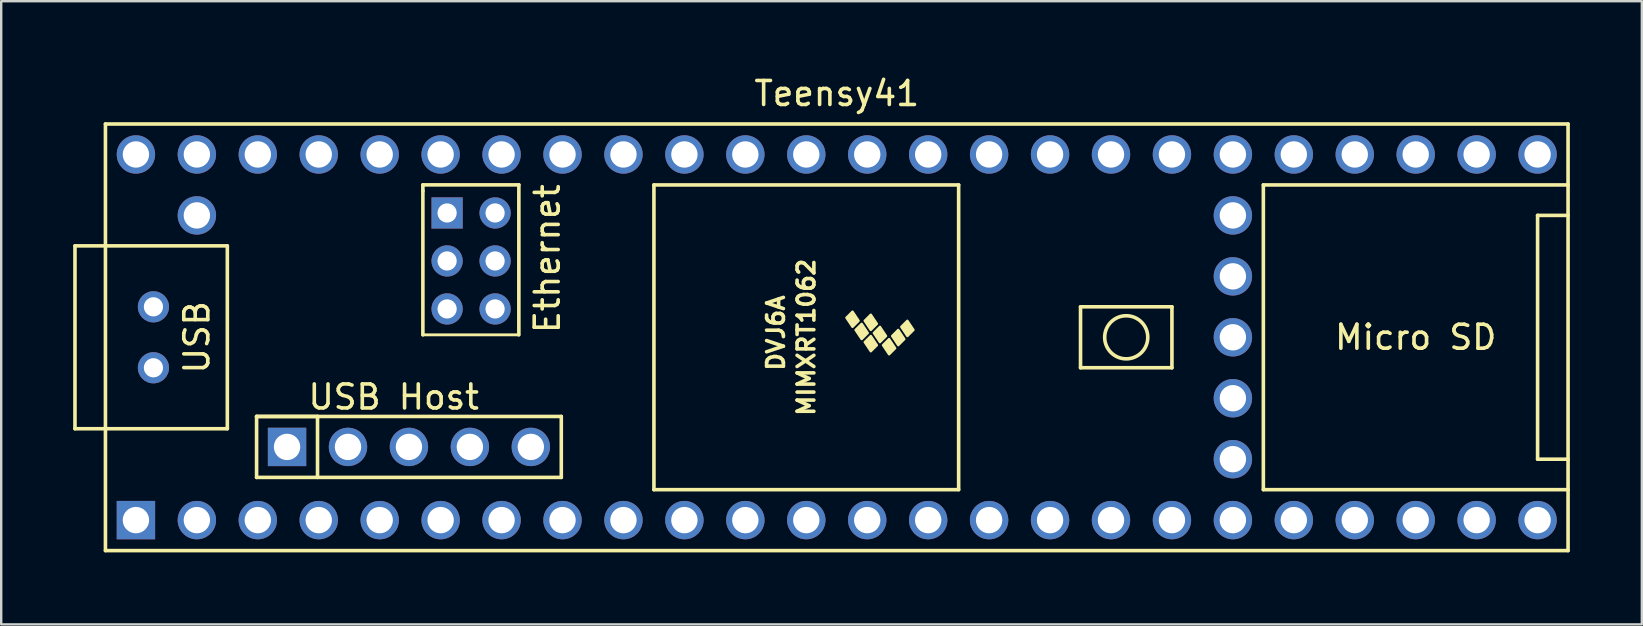
<source format=kicad_pcb>
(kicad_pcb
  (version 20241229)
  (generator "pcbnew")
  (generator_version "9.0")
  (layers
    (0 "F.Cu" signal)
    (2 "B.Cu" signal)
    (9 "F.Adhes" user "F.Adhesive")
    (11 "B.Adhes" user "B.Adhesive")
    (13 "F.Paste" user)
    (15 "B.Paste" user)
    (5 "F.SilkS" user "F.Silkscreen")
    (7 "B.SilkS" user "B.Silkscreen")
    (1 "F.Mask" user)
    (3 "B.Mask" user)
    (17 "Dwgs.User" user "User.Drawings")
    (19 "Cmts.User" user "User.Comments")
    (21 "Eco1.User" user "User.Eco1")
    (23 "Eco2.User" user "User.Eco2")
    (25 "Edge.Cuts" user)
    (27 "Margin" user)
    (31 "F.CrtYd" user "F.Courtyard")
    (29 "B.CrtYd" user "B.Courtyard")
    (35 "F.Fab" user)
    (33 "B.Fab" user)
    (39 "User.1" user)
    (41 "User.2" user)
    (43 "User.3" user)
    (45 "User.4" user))
  (footprint "Teensy41"
    (layer "F.Cu")
    (at 31.825 11.008)
    (property "Reference" "Teensy41" (at 0 -10.16 0) (layer "F.SilkS") (effects (font (size 1 1) (thickness 0.15))))
    (attr through_hole)
    (fp_line (start -31.75 -3.81) (end -30.48 -3.81) (stroke (width 0.15) (type solid)) (layer "F.SilkS"))
    (fp_line (start -31.75 3.81) (end -31.75 -3.81) (stroke (width 0.15) (type solid)) (layer "F.SilkS"))
    (fp_line (start -30.48 -8.89) (end 30.48 -8.89) (stroke (width 0.15) (type solid)) (layer "F.SilkS"))
    (fp_line (start -30.48 3.81) (end -31.75 3.81) (stroke (width 0.15) (type solid)) (layer "F.SilkS"))
    (fp_line (start -30.48 8.89) (end -30.48 -8.89) (stroke (width 0.15) (type solid)) (layer "F.SilkS"))
    (fp_line (start -25.4 -3.81) (end -30.48 -3.81) (stroke (width 0.15) (type solid)) (layer "F.SilkS"))
    (fp_line (start -25.4 3.81) (end -30.48 3.81) (stroke (width 0.15) (type solid)) (layer "F.SilkS"))
    (fp_line (start -25.4 3.81) (end -25.4 -3.81) (stroke (width 0.15) (type solid)) (layer "F.SilkS"))
    (fp_line (start -24.181 3.299) (end -21.641 3.299) (stroke (width 0.15) (type solid)) (layer "F.SilkS"))
    (fp_line (start -24.181 3.299) (end -11.481 3.299) (stroke (width 0.15) (type solid)) (layer "F.SilkS"))
    (fp_line (start -24.181 5.839) (end -24.181 3.299) (stroke (width 0.15) (type solid)) (layer "F.SilkS"))
    (fp_line (start -21.641 3.299) (end -21.641 5.839) (stroke (width 0.15) (type solid)) (layer "F.SilkS"))
    (fp_line (start -17.25 -6.352) (end -17.25 -6.102) (stroke (width 0.15) (type solid)) (layer "F.SilkS"))
    (fp_line (start -17.25 -6.102) (end -17.25 -0.102) (stroke (width 0.15) (type solid)) (layer "F.SilkS"))
    (fp_line (start -17.25 -0.102) (end -13.25 -0.102) (stroke (width 0.12) (type solid)) (layer "F.SilkS"))
    (fp_line (start -13.25 -6.352) (end -17.25 -6.352) (stroke (width 0.15) (type solid)) (layer "F.SilkS"))
    (fp_line (start -13.25 -0.102) (end -13.25 -6.352) (stroke (width 0.15) (type solid)) (layer "F.SilkS"))
    (fp_line (start -11.481 3.299) (end -11.481 5.839) (stroke (width 0.15) (type solid)) (layer "F.SilkS"))
    (fp_line (start -11.481 5.839) (end -24.181 5.839) (stroke (width 0.15) (type solid)) (layer "F.SilkS"))
    (fp_line (start -7.62 -6.35) (end -7.62 6.35) (stroke (width 0.15) (type solid)) (layer "F.SilkS"))
    (fp_line (start -7.62 6.35) (end 5.08 6.35) (stroke (width 0.15) (type solid)) (layer "F.SilkS"))
    (fp_line (start 5.08 -6.35) (end -7.62 -6.35) (stroke (width 0.15) (type solid)) (layer "F.SilkS"))
    (fp_line (start 5.08 6.35) (end 5.08 -6.35) (stroke (width 0.15) (type solid)) (layer "F.SilkS"))
    (fp_line (start 10.16 -1.27) (end 13.97 -1.27) (stroke (width 0.15) (type solid)) (layer "F.SilkS"))
    (fp_line (start 10.16 1.27) (end 10.16 -1.27) (stroke (width 0.15) (type solid)) (layer "F.SilkS"))
    (fp_line (start 13.97 -1.27) (end 13.97 1.27) (stroke (width 0.15) (type solid)) (layer "F.SilkS"))
    (fp_line (start 13.97 1.27) (end 10.16 1.27) (stroke (width 0.15) (type solid)) (layer "F.SilkS"))
    (fp_line (start 17.78 -6.35) (end 17.78 6.35) (stroke (width 0.15) (type solid)) (layer "F.SilkS"))
    (fp_line (start 17.78 6.35) (end 30.48 6.35) (stroke (width 0.15) (type solid)) (layer "F.SilkS"))
    (fp_line (start 29.21 -5.08) (end 29.21 5.08) (stroke (width 0.15) (type solid)) (layer "F.SilkS"))
    (fp_line (start 29.21 5.08) (end 30.48 5.08) (stroke (width 0.15) (type solid)) (layer "F.SilkS"))
    (fp_line (start 30.48 -8.89) (end 30.48 8.89) (stroke (width 0.15) (type solid)) (layer "F.SilkS"))
    (fp_line (start 30.48 -6.35) (end 17.78 -6.35) (stroke (width 0.15) (type solid)) (layer "F.SilkS"))
    (fp_line (start 30.48 -5.08) (end 29.21 -5.08) (stroke (width 0.15) (type solid)) (layer "F.SilkS"))
    (fp_line (start 30.48 8.89) (end -30.48 8.89) (stroke (width 0.15) (type solid)) (layer "F.SilkS"))
    (fp_circle (center 12.065 0) (end 12.7 -0.635) (stroke (width 0.15) (type solid)) (fill no) (layer "F.SilkS"))
    (fp_poly (pts (xy 0.911 -0.688) (xy 0.657 -0.434) (xy 0.403 -0.815) (xy 0.657 -1.069)) (stroke (width 0.1) (type solid)) (fill yes) (layer "F.SilkS"))
    (fp_poly (pts (xy 1.292 -0.18) (xy 1.038 0.074) (xy 0.784 -0.307) (xy 1.038 -0.561)) (stroke (width 0.1) (type solid)) (fill yes) (layer "F.SilkS"))
    (fp_poly (pts (xy 1.673 -0.561) (xy 1.419 -0.307) (xy 1.165 -0.688) (xy 1.419 -0.942)) (stroke (width 0.1) (type solid)) (fill yes) (layer "F.SilkS"))
    (fp_poly (pts (xy 1.673 0.328) (xy 1.419 0.582) (xy 1.165 0.201) (xy 1.419 -0.053)) (stroke (width 0.1) (type solid)) (fill yes) (layer "F.SilkS"))
    (fp_poly (pts (xy 2.054 -0.053) (xy 1.8 0.201) (xy 1.546 -0.18) (xy 1.8 -0.434)) (stroke (width 0.1) (type solid)) (fill yes) (layer "F.SilkS"))
    (fp_poly (pts (xy 2.435 0.455) (xy 2.181 0.709) (xy 1.927 0.328) (xy 2.181 0.074)) (stroke (width 0.1) (type solid)) (fill yes) (layer "F.SilkS"))
    (fp_poly (pts (xy 2.816 0.074) (xy 2.562 0.328) (xy 2.308 -0.053) (xy 2.562 -0.307)) (stroke (width 0.1) (type solid)) (fill yes) (layer "F.SilkS"))
    (fp_poly (pts (xy 3.197 -0.307) (xy 2.943 -0.053) (xy 2.689 -0.434) (xy 2.943 -0.688)) (stroke (width 0.1) (type solid)) (fill yes) (layer "F.SilkS"))
    (fp_text user "DVJ6A" (at -2.54 -0.18 270) (layer "F.SilkS") (effects (font (size 0.7 0.7) (thickness 0.15))))
    (fp_text user "USB Host" (at -18.466 2.489 0) (layer "F.SilkS") (effects (font (size 1 1) (thickness 0.15))))
    (fp_text user "Micro SD" (at 24.13 0 0) (layer "F.SilkS") (effects (font (size 1 1) (thickness 0.15))))
    (fp_text user "Ethernet" (at -12.065 -3.277 90) (layer "F.SilkS") (effects (font (size 1 1) (thickness 0.15))))
    (fp_text user "MIMXRT1062" (at -1.27 0 270) (layer "F.SilkS") (effects (font (size 0.7 0.7) (thickness 0.15))))
    (fp_text user "USB" (at -26.67 0 270) (layer "F.SilkS") (effects (font (size 1 1) (thickness 0.15))))
    (pad "1" thru_hole rect (at -29.21 7.62) (size 1.6 1.6) (drill 1.1) (layers "*.Cu" "*.Mask"))
    (pad "2" thru_hole circle (at -26.67 7.62) (size 1.6 1.6) (drill 1.1) (layers "*.Cu" "*.Mask"))
    (pad "3" thru_hole circle (at -24.13 7.62) (size 1.6 1.6) (drill 1.1) (layers "*.Cu" "*.Mask"))
    (pad "4" thru_hole circle (at -21.59 7.62) (size 1.6 1.6) (drill 1.1) (layers "*.Cu" "*.Mask"))
    (pad "5" thru_hole circle (at -19.05 7.62) (size 1.6 1.6) (drill 1.1) (layers "*.Cu" "*.Mask"))
    (pad "6" thru_hole circle (at -16.51 7.62) (size 1.6 1.6) (drill 1.1) (layers "*.Cu" "*.Mask"))
    (pad "7" thru_hole circle (at -13.97 7.62) (size 1.6 1.6) (drill 1.1) (layers "*.Cu" "*.Mask"))
    (pad "8" thru_hole circle (at -11.43 7.62) (size 1.6 1.6) (drill 1.1) (layers "*.Cu" "*.Mask"))
    (pad "9" thru_hole circle (at -8.89 7.62) (size 1.6 1.6) (drill 1.1) (layers "*.Cu" "*.Mask"))
    (pad "10" thru_hole circle (at -6.35 7.62) (size 1.6 1.6) (drill 1.1) (layers "*.Cu" "*.Mask"))
    (pad "11" thru_hole circle (at -3.81 7.62) (size 1.6 1.6) (drill 1.1) (layers "*.Cu" "*.Mask"))
    (pad "12" thru_hole circle (at -1.27 7.62) (size 1.6 1.6) (drill 1.1) (layers "*.Cu" "*.Mask"))
    (pad "13" thru_hole circle (at 1.27 7.62) (size 1.6 1.6) (drill 1.1) (layers "*.Cu" "*.Mask"))
    (pad "14" thru_hole circle (at 3.81 7.62) (size 1.6 1.6) (drill 1.1) (layers "*.Cu" "*.Mask"))
    (pad "15" thru_hole circle (at 6.35 7.62) (size 1.6 1.6) (drill 1.1) (layers "*.Cu" "*.Mask"))
    (pad "16" thru_hole circle (at 8.89 7.62) (size 1.6 1.6) (drill 1.1) (layers "*.Cu" "*.Mask"))
    (pad "17" thru_hole circle (at 11.43 7.62) (size 1.6 1.6) (drill 1.1) (layers "*.Cu" "*.Mask"))
    (pad "18" thru_hole circle (at 13.97 7.62) (size 1.6 1.6) (drill 1.1) (layers "*.Cu" "*.Mask"))
    (pad "19" thru_hole circle (at 16.51 7.62) (size 1.6 1.6) (drill 1.1) (layers "*.Cu" "*.Mask"))
    (pad "20" thru_hole circle (at 19.05 7.62) (size 1.6 1.6) (drill 1.1) (layers "*.Cu" "*.Mask"))
    (pad "21" thru_hole circle (at 21.59 7.62) (size 1.6 1.6) (drill 1.1) (layers "*.Cu" "*.Mask"))
    (pad "22" thru_hole circle (at 24.13 7.62) (size 1.6 1.6) (drill 1.1) (layers "*.Cu" "*.Mask"))
    (pad "23" thru_hole circle (at 26.67 7.62) (size 1.6 1.6) (drill 1.1) (layers "*.Cu" "*.Mask"))
    (pad "24" thru_hole circle (at 29.21 7.62) (size 1.6 1.6) (drill 1.1) (layers "*.Cu" "*.Mask"))
    (pad "25" thru_hole circle (at 29.21 -7.62) (size 1.6 1.6) (drill 1.1) (layers "*.Cu" "*.Mask"))
    (pad "26" thru_hole circle (at 26.67 -7.62) (size 1.6 1.6) (drill 1.1) (layers "*.Cu" "*.Mask"))
    (pad "27" thru_hole circle (at 24.13 -7.62) (size 1.6 1.6) (drill 1.1) (layers "*.Cu" "*.Mask"))
    (pad "28" thru_hole circle (at 21.59 -7.62) (size 1.6 1.6) (drill 1.1) (layers "*.Cu" "*.Mask"))
    (pad "29" thru_hole circle (at 19.05 -7.62) (size 1.6 1.6) (drill 1.1) (layers "*.Cu" "*.Mask"))
    (pad "30" thru_hole circle (at 16.51 -7.62) (size 1.6 1.6) (drill 1.1) (layers "*.Cu" "*.Mask"))
    (pad "31" thru_hole circle (at 13.97 -7.62) (size 1.6 1.6) (drill 1.1) (layers "*.Cu" "*.Mask"))
    (pad "32" thru_hole circle (at 11.43 -7.62) (size 1.6 1.6) (drill 1.1) (layers "*.Cu" "*.Mask"))
    (pad "33" thru_hole circle (at 8.89 -7.62) (size 1.6 1.6) (drill 1.1) (layers "*.Cu" "*.Mask"))
    (pad "34" thru_hole circle (at 6.35 -7.62) (size 1.6 1.6) (drill 1.1) (layers "*.Cu" "*.Mask"))
    (pad "35" thru_hole circle (at 3.81 -7.62) (size 1.6 1.6) (drill 1.1) (layers "*.Cu" "*.Mask"))
    (pad "36" thru_hole circle (at 1.27 -7.62) (size 1.6 1.6) (drill 1.1) (layers "*.Cu" "*.Mask"))
    (pad "37" thru_hole circle (at -1.27 -7.62) (size 1.6 1.6) (drill 1.1) (layers "*.Cu" "*.Mask"))
    (pad "38" thru_hole circle (at -3.81 -7.62) (size 1.6 1.6) (drill 1.1) (layers "*.Cu" "*.Mask"))
    (pad "39" thru_hole circle (at -6.35 -7.62) (size 1.6 1.6) (drill 1.1) (layers "*.Cu" "*.Mask"))
    (pad "40" thru_hole circle (at -8.89 -7.62) (size 1.6 1.6) (drill 1.1) (layers "*.Cu" "*.Mask"))
    (pad "41" thru_hole circle (at -11.43 -7.62) (size 1.6 1.6) (drill 1.1) (layers "*.Cu" "*.Mask"))
    (pad "42" thru_hole circle (at -13.97 -7.62) (size 1.6 1.6) (drill 1.1) (layers "*.Cu" "*.Mask"))
    (pad "43" thru_hole circle (at -16.51 -7.62) (size 1.6 1.6) (drill 1.1) (layers "*.Cu" "*.Mask"))
    (pad "44" thru_hole circle (at -19.05 -7.62) (size 1.6 1.6) (drill 1.1) (layers "*.Cu" "*.Mask"))
    (pad "45" thru_hole circle (at -21.59 -7.62) (size 1.6 1.6) (drill 1.1) (layers "*.Cu" "*.Mask"))
    (pad "46" thru_hole circle (at -24.13 -7.62) (size 1.6 1.6) (drill 1.1) (layers "*.Cu" "*.Mask"))
    (pad "47" thru_hole circle (at -26.67 -7.62) (size 1.6 1.6) (drill 1.1) (layers "*.Cu" "*.Mask"))
    (pad "48" thru_hole circle (at -29.21 -7.62) (size 1.6 1.6) (drill 1.1) (layers "*.Cu" "*.Mask"))
    (pad "49" thru_hole circle (at -26.67 -5.08) (size 1.6 1.6) (drill 1.1) (layers "*.Cu" "*.Mask"))
    (pad "50" thru_hole circle (at 16.51 5.08) (size 1.6 1.6) (drill 1.1) (layers "*.Cu" "*.Mask"))
    (pad "51" thru_hole circle (at 16.51 2.54) (size 1.6 1.6) (drill 1.1) (layers "*.Cu" "*.Mask"))
    (pad "52" thru_hole circle (at 16.51 0) (size 1.6 1.6) (drill 1.1) (layers "*.Cu" "*.Mask"))
    (pad "53" thru_hole circle (at 16.51 -2.54) (size 1.6 1.6) (drill 1.1) (layers "*.Cu" "*.Mask"))
    (pad "54" thru_hole circle (at 16.51 -5.08) (size 1.6 1.6) (drill 1.1) (layers "*.Cu" "*.Mask"))
    (pad "55" thru_hole rect (at -22.911 4.569) (size 1.6 1.6) (drill 1.1) (layers "*.Cu" "*.Mask"))
    (pad "56" thru_hole circle (at -20.371 4.569) (size 1.6 1.6) (drill 1.1) (layers "*.Cu" "*.Mask"))
    (pad "57" thru_hole circle (at -17.831 4.569) (size 1.6 1.6) (drill 1.1) (layers "*.Cu" "*.Mask"))
    (pad "58" thru_hole circle (at -15.291 4.569) (size 1.6 1.6) (drill 1.1) (layers "*.Cu" "*.Mask"))
    (pad "59" thru_hole circle (at -12.751 4.569) (size 1.6 1.6) (drill 1.1) (layers "*.Cu" "*.Mask"))
    (pad "60" thru_hole rect (at -16.24 -5.182) (size 1.3 1.3) (drill 0.8) (layers "*.Cu" "*.Mask"))
    (pad "61" thru_hole circle (at -16.24 -3.182) (size 1.3 1.3) (drill 0.8) (layers "*.Cu" "*.Mask"))
    (pad "62" thru_hole circle (at -16.24 -1.182) (size 1.3 1.3) (drill 0.8) (layers "*.Cu" "*.Mask"))
    (pad "63" thru_hole circle (at -14.24 -1.182) (size 1.3 1.3) (drill 0.8) (layers "*.Cu" "*.Mask"))
    (pad "64" thru_hole circle (at -14.24 -3.182) (size 1.3 1.3) (drill 0.8) (layers "*.Cu" "*.Mask"))
    (pad "65" thru_hole circle (at -14.24 -5.182) (size 1.3 1.3) (drill 0.8) (layers "*.Cu" "*.Mask"))
    (pad "66" thru_hole circle (at -28.48 -1.27) (size 1.3 1.3) (drill 0.8) (layers "*.Cu" "*.Mask"))
    (pad "67" thru_hole circle (at -28.48 1.27) (size 1.3 1.3) (drill 0.8) (layers "*.Cu" "*.Mask")))
  (gr_rect
    (start -3 -3)
    (end 65.38 22.973)
    (stroke (width 0.1) (type default))
    (fill no)
    (layer "Edge.Cuts")))
</source>
